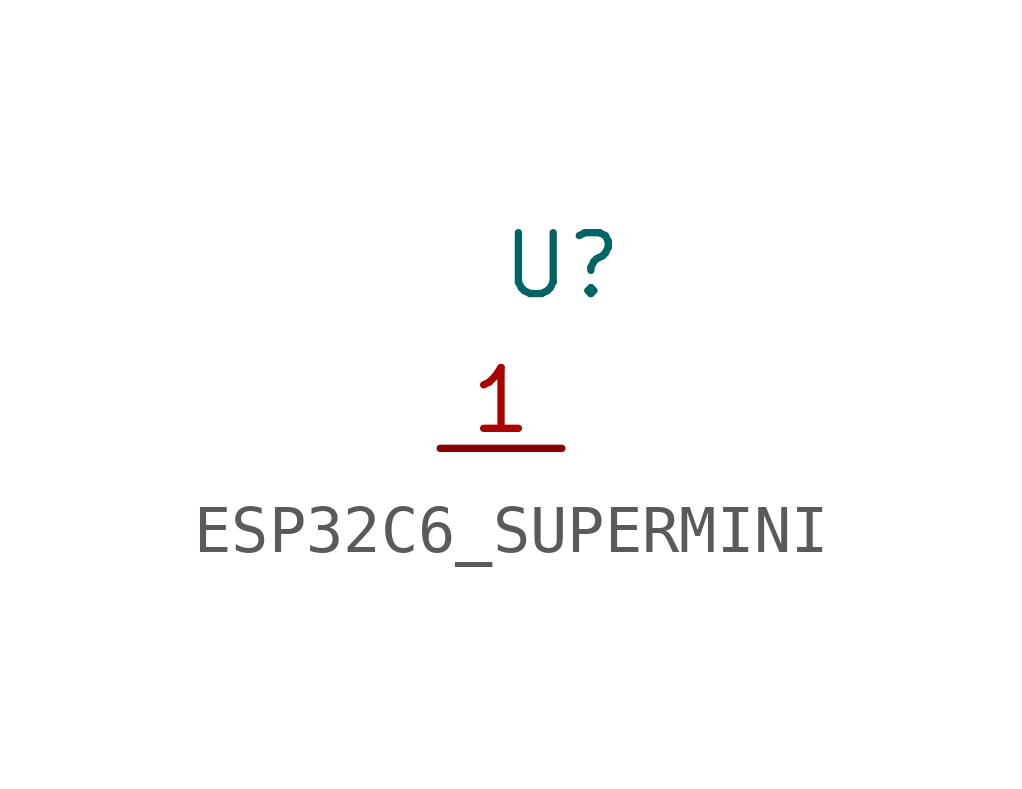
<source format=kicad_sym>
(kicad_symbol_lib
  (version 20241209)
  (generator "kicad_symbol_editor")
  (generator_version "9.0")
  (symbol "ESP32C6_SUPERMINI"
    (property "Reference" "U"
      (at 0 0 0)
      (effects (font (size 1.27 1.27))))
    (property "Value" ""
      (at 0 0 0)
      (effects (font (size 1.27 1.27))))
    (symbol "ESP32C6_SUPERMINI_1_1"
      (pin bidirectional line (at -2.54 -3.81 0) (length 2.54) (name "" (effects (font (size 1.27 1.27)))) (number "1" (effects (font (size 1.27 1.27))))))))
</source>
